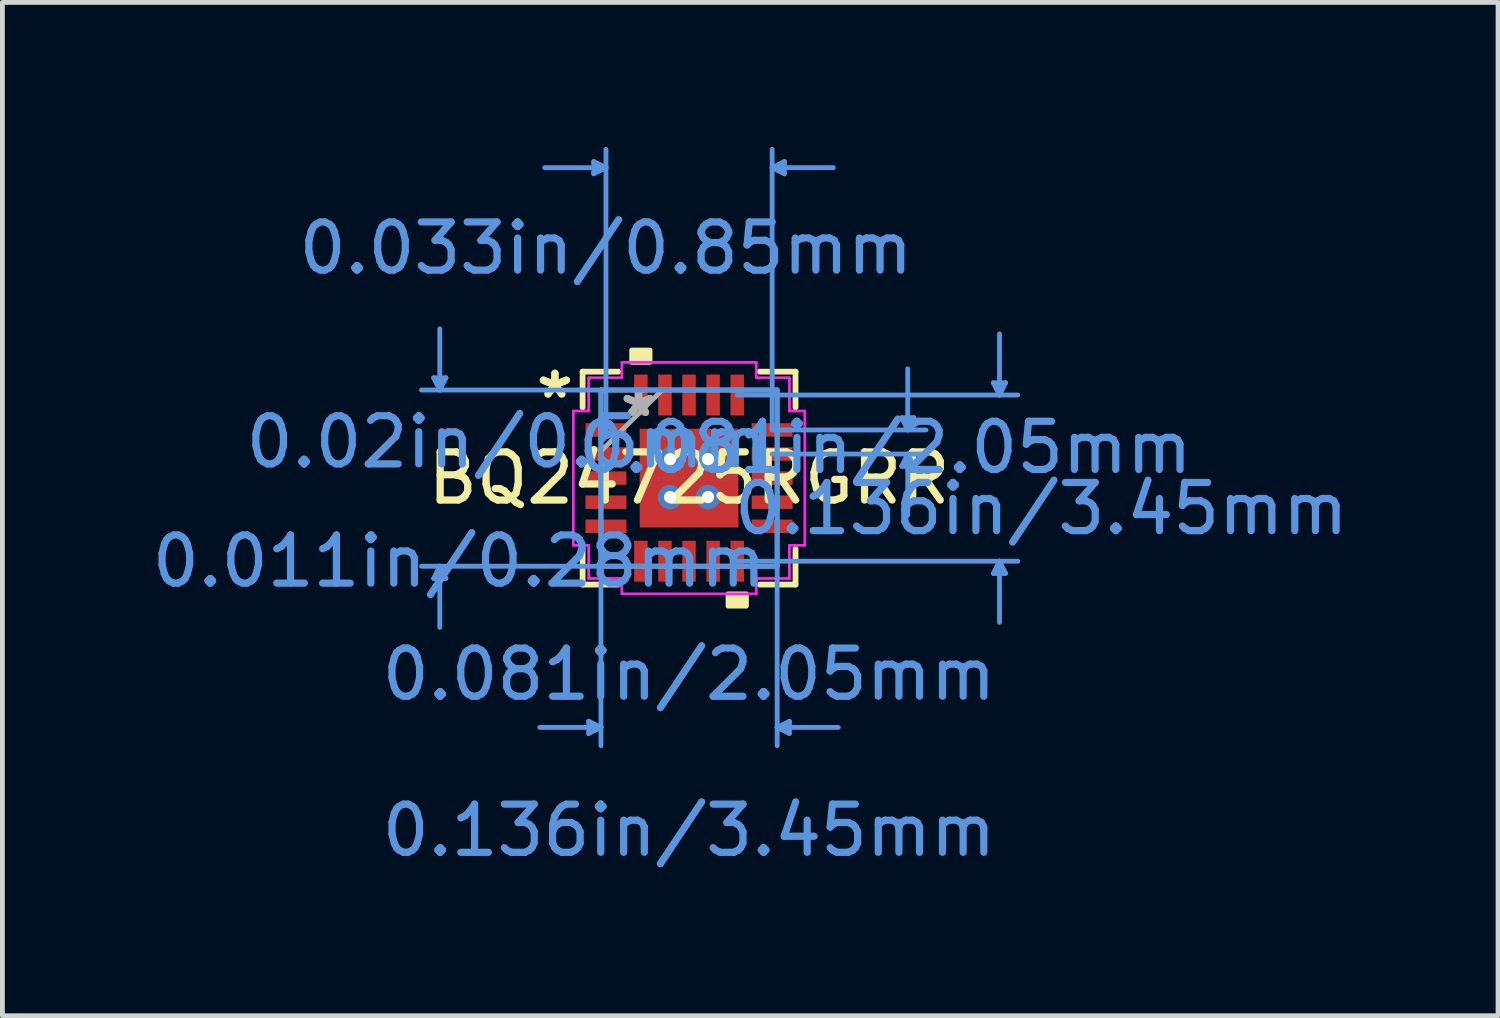
<source format=kicad_pcb>
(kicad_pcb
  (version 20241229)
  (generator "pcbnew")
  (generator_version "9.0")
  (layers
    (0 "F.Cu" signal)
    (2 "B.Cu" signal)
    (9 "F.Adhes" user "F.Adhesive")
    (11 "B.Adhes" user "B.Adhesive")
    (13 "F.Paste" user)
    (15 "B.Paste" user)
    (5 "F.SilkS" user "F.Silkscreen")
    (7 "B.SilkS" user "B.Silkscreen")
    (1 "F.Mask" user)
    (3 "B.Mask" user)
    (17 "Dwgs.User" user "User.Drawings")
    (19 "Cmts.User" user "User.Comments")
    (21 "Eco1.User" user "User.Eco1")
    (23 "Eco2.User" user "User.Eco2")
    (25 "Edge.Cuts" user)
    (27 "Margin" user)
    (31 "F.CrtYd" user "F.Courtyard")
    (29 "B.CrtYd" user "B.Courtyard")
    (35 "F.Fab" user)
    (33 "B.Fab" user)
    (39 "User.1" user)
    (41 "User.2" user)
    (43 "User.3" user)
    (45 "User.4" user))
  (footprint "BQ24725RGRR"
    (layer "F.Cu")
    (at 11.255 6.876)
    (property "Reference" "BQ24725RGRR" (at 0 0 0) (layer "F.SilkS") (effects (font (size 1 1) (thickness 0.15))))
    (attr through_hole)
    (fp_poly (pts (xy -1.089 -1.089) (xy -0.594 -1.089) (xy -0.594 1.089) (xy -1.089 1.089)) (stroke (width 0.1) (type solid)) (fill yes) (layer "F.Mask"))
    (fp_poly (pts (xy -1.089 -1.089) (xy 1.089 -1.089) (xy 1.089 -0.594) (xy -1.089 -0.594)) (stroke (width 0.1) (type solid)) (fill yes) (layer "F.Mask"))
    (fp_poly (pts (xy -1.089 -0.194) (xy 1.089 -0.194) (xy 1.089 0.194) (xy -1.089 0.194)) (stroke (width 0.1) (type solid)) (fill yes) (layer "F.Mask"))
    (fp_poly (pts (xy -1.089 0.594) (xy 1.089 0.594) (xy 1.089 1.089) (xy -1.089 1.089)) (stroke (width 0.1) (type solid)) (fill yes) (layer "F.Mask"))
    (fp_poly (pts (xy 0.194 -1.089) (xy -0.194 -1.089) (xy -0.194 1.089) (xy 0.194 1.089)) (stroke (width 0.1) (type solid)) (fill yes) (layer "F.Mask"))
    (fp_poly (pts (xy 0.594 -1.089) (xy 1.089 -1.089) (xy 1.089 1.089) (xy 0.594 1.089)) (stroke (width 0.1) (type solid)) (fill yes) (layer "F.Mask"))
    (fp_line (start -2.21 -2.21) (end -2.21 -1.467) (stroke (width 0.12) (type solid)) (layer "F.SilkS"))
    (fp_line (start -2.21 1.467) (end -2.21 2.21) (stroke (width 0.12) (type solid)) (layer "F.SilkS"))
    (fp_line (start -2.21 2.21) (end -1.468 2.21) (stroke (width 0.12) (type solid)) (layer "F.SilkS"))
    (fp_line (start -1.468 -2.21) (end -2.21 -2.21) (stroke (width 0.12) (type solid)) (layer "F.SilkS"))
    (fp_line (start 1.468 2.21) (end 2.21 2.21) (stroke (width 0.12) (type solid)) (layer "F.SilkS"))
    (fp_line (start 2.21 -2.21) (end 1.468 -2.21) (stroke (width 0.12) (type solid)) (layer "F.SilkS"))
    (fp_line (start 2.21 -1.467) (end 2.21 -2.21) (stroke (width 0.12) (type solid)) (layer "F.SilkS"))
    (fp_line (start 2.21 2.21) (end 2.21 1.467) (stroke (width 0.12) (type solid)) (layer "F.SilkS"))
    (fp_poly (pts (xy -1.191 -2.404) (xy -1.191 -2.658) (xy -0.81 -2.658) (xy -0.81 -2.404)) (stroke (width 0.1) (type solid)) (fill yes) (layer "F.SilkS"))
    (fp_poly (pts (xy 0.81 2.404) (xy 0.81 2.658) (xy 1.191 2.658) (xy 1.191 2.404)) (stroke (width 0.1) (type solid)) (fill yes) (layer "F.SilkS"))
    (fp_poly (pts (xy -0.95 -0.95) (xy -0.95 -0.494) (xy -0.635 -0.494) (xy -0.494 -0.635) (xy -0.494 -0.95)) (stroke (width 0.1) (type solid)) (fill yes) (layer "F.Paste"))
    (fp_poly (pts (xy -0.95 0.494) (xy -0.95 0.95) (xy -0.494 0.95) (xy -0.494 0.635) (xy -0.635 0.494)) (stroke (width 0.1) (type solid)) (fill yes) (layer "F.Paste"))
    (fp_poly (pts (xy 0.494 -0.95) (xy 0.494 -0.635) (xy 0.635 -0.494) (xy 0.95 -0.494) (xy 0.95 -0.95)) (stroke (width 0.1) (type solid)) (fill yes) (layer "F.Paste"))
    (fp_poly (pts (xy 0.635 0.494) (xy 0.494 0.635) (xy 0.494 0.95) (xy 0.95 0.95) (xy 0.95 0.494)) (stroke (width 0.1) (type solid)) (fill yes) (layer "F.Paste"))
    (fp_poly (pts (xy -0.95 -0.294) (xy -0.95 0.294) (xy -0.635 0.294) (xy -0.494 0.152) (xy -0.494 -0.152) (xy -0.635 -0.294)) (stroke (width 0.1) (type solid)) (fill yes) (layer "F.Paste"))
    (fp_poly (pts (xy -0.294 -0.95) (xy -0.294 -0.635) (xy -0.152 -0.494) (xy 0.152 -0.494) (xy 0.294 -0.635) (xy 0.294 -0.95)) (stroke (width 0.1) (type solid)) (fill yes) (layer "F.Paste"))
    (fp_poly (pts (xy -0.152 0.494) (xy -0.294 0.635) (xy -0.294 0.95) (xy 0.294 0.95) (xy 0.294 0.635) (xy 0.152 0.494)) (stroke (width 0.1) (type solid)) (fill yes) (layer "F.Paste"))
    (fp_poly (pts (xy 0.635 -0.294) (xy 0.494 -0.152) (xy 0.494 0.152) (xy 0.635 0.294) (xy 0.95 0.294) (xy 0.95 -0.294)) (stroke (width 0.1) (type solid)) (fill yes) (layer "F.Paste"))
    (fp_poly (pts (xy -0.152 -0.294) (xy -0.294 -0.152) (xy -0.294 0.152) (xy -0.152 0.294) (xy 0.152 0.294) (xy 0.294 0.152) (xy 0.294 -0.152) (xy 0.152 -0.294)) (stroke (width 0.1) (type solid)) (fill yes) (layer "F.Paste"))
    (fp_line (start -5.302 -2.083) (end -5.048 -2.083) (stroke (width 0.1) (type solid)) (layer "Cmts.User"))
    (fp_line (start -5.302 2.083) (end -5.048 2.083) (stroke (width 0.1) (type solid)) (layer "Cmts.User"))
    (fp_line (start -5.175 -1.829) (end -5.302 -2.083) (stroke (width 0.1) (type solid)) (layer "Cmts.User"))
    (fp_line (start -5.175 -1.829) (end -5.175 -3.099) (stroke (width 0.1) (type solid)) (layer "Cmts.User"))
    (fp_line (start -5.175 -1.829) (end -5.048 -2.083) (stroke (width 0.1) (type solid)) (layer "Cmts.User"))
    (fp_line (start -5.175 1.829) (end -5.302 2.083) (stroke (width 0.1) (type solid)) (layer "Cmts.User"))
    (fp_line (start -5.175 1.829) (end -5.175 3.099) (stroke (width 0.1) (type solid)) (layer "Cmts.User"))
    (fp_line (start -5.175 1.829) (end -5.048 2.083) (stroke (width 0.1) (type solid)) (layer "Cmts.User"))
    (fp_line (start -2.083 5.048) (end -2.083 5.302) (stroke (width 0.1) (type solid)) (layer "Cmts.User"))
    (fp_line (start -1.979 -6.572) (end -1.979 -6.318) (stroke (width 0.1) (type solid)) (layer "Cmts.User"))
    (fp_line (start -1.829 -1.829) (end -1.829 5.556) (stroke (width 0.1) (type solid)) (layer "Cmts.User"))
    (fp_line (start -1.829 5.175) (end -3.099 5.175) (stroke (width 0.1) (type solid)) (layer "Cmts.User"))
    (fp_line (start -1.829 5.175) (end -2.083 5.048) (stroke (width 0.1) (type solid)) (layer "Cmts.User"))
    (fp_line (start -1.829 5.175) (end -2.083 5.302) (stroke (width 0.1) (type solid)) (layer "Cmts.User"))
    (fp_line (start -1.725 -6.445) (end -2.995 -6.445) (stroke (width 0.1) (type solid)) (layer "Cmts.User"))
    (fp_line (start -1.725 -6.445) (end -1.979 -6.572) (stroke (width 0.1) (type solid)) (layer "Cmts.User"))
    (fp_line (start -1.725 -6.445) (end -1.979 -6.318) (stroke (width 0.1) (type solid)) (layer "Cmts.User"))
    (fp_line (start -1.725 -1) (end -1.725 -6.826) (stroke (width 0.1) (type solid)) (layer "Cmts.User"))
    (fp_line (start 1 -1.725) (end 6.826 -1.725) (stroke (width 0.1) (type solid)) (layer "Cmts.User"))
    (fp_line (start 1 1.725) (end 6.826 1.725) (stroke (width 0.1) (type solid)) (layer "Cmts.User"))
    (fp_line (start 1.725 -6.445) (end 1.979 -6.572) (stroke (width 0.1) (type solid)) (layer "Cmts.User"))
    (fp_line (start 1.725 -6.445) (end 1.979 -6.318) (stroke (width 0.1) (type solid)) (layer "Cmts.User"))
    (fp_line (start 1.725 -6.445) (end 2.995 -6.445) (stroke (width 0.1) (type solid)) (layer "Cmts.User"))
    (fp_line (start 1.725 -1) (end 1.725 -6.826) (stroke (width 0.1) (type solid)) (layer "Cmts.User"))
    (fp_line (start 1.725 -1) (end 4.921 -1) (stroke (width 0.1) (type solid)) (layer "Cmts.User"))
    (fp_line (start 1.725 -0.5) (end 4.921 -0.5) (stroke (width 0.1) (type solid)) (layer "Cmts.User"))
    (fp_line (start 1.829 -1.829) (end -5.556 -1.829) (stroke (width 0.1) (type solid)) (layer "Cmts.User"))
    (fp_line (start 1.829 -1.829) (end 1.829 5.556) (stroke (width 0.1) (type solid)) (layer "Cmts.User"))
    (fp_line (start 1.829 1.829) (end -5.556 1.829) (stroke (width 0.1) (type solid)) (layer "Cmts.User"))
    (fp_line (start 1.829 5.175) (end 2.083 5.048) (stroke (width 0.1) (type solid)) (layer "Cmts.User"))
    (fp_line (start 1.829 5.175) (end 2.083 5.302) (stroke (width 0.1) (type solid)) (layer "Cmts.User"))
    (fp_line (start 1.829 5.175) (end 3.099 5.175) (stroke (width 0.1) (type solid)) (layer "Cmts.User"))
    (fp_line (start 1.979 -6.572) (end 1.979 -6.318) (stroke (width 0.1) (type solid)) (layer "Cmts.User"))
    (fp_line (start 2.083 5.048) (end 2.083 5.302) (stroke (width 0.1) (type solid)) (layer "Cmts.User"))
    (fp_line (start 4.413 -1.254) (end 4.667 -1.254) (stroke (width 0.1) (type solid)) (layer "Cmts.User"))
    (fp_line (start 4.413 -0.246) (end 4.667 -0.246) (stroke (width 0.1) (type solid)) (layer "Cmts.User"))
    (fp_line (start 4.54 -1) (end 4.413 -1.254) (stroke (width 0.1) (type solid)) (layer "Cmts.User"))
    (fp_line (start 4.54 -1) (end 4.54 -2.27) (stroke (width 0.1) (type solid)) (layer "Cmts.User"))
    (fp_line (start 4.54 -1) (end 4.667 -1.254) (stroke (width 0.1) (type solid)) (layer "Cmts.User"))
    (fp_line (start 4.54 -0.5) (end 4.413 -0.246) (stroke (width 0.1) (type solid)) (layer "Cmts.User"))
    (fp_line (start 4.54 -0.5) (end 4.54 0.77) (stroke (width 0.1) (type solid)) (layer "Cmts.User"))
    (fp_line (start 4.54 -0.5) (end 4.667 -0.246) (stroke (width 0.1) (type solid)) (layer "Cmts.User"))
    (fp_line (start 6.318 -1.979) (end 6.572 -1.979) (stroke (width 0.1) (type solid)) (layer "Cmts.User"))
    (fp_line (start 6.318 1.979) (end 6.572 1.979) (stroke (width 0.1) (type solid)) (layer "Cmts.User"))
    (fp_line (start 6.445 -1.725) (end 6.318 -1.979) (stroke (width 0.1) (type solid)) (layer "Cmts.User"))
    (fp_line (start 6.445 -1.725) (end 6.445 -2.995) (stroke (width 0.1) (type solid)) (layer "Cmts.User"))
    (fp_line (start 6.445 -1.725) (end 6.572 -1.979) (stroke (width 0.1) (type solid)) (layer "Cmts.User"))
    (fp_line (start 6.445 1.725) (end 6.318 1.979) (stroke (width 0.1) (type solid)) (layer "Cmts.User"))
    (fp_line (start 6.445 1.725) (end 6.445 2.995) (stroke (width 0.1) (type solid)) (layer "Cmts.User"))
    (fp_line (start 6.445 1.725) (end 6.572 1.979) (stroke (width 0.1) (type solid)) (layer "Cmts.User"))
    (fp_line (start -2.404 -1.394) (end -2.083 -1.394) (stroke (width 0.05) (type solid)) (layer "F.CrtYd"))
    (fp_line (start -2.404 -1.394) (end -2.083 -1.394) (stroke (width 0.05) (type solid)) (layer "F.CrtYd"))
    (fp_line (start -2.404 1.394) (end -2.404 -1.394) (stroke (width 0.05) (type solid)) (layer "F.CrtYd"))
    (fp_line (start -2.404 1.394) (end -2.404 -1.394) (stroke (width 0.05) (type solid)) (layer "F.CrtYd"))
    (fp_line (start -2.083 -2.083) (end -1.394 -2.083) (stroke (width 0.05) (type solid)) (layer "F.CrtYd"))
    (fp_line (start -2.083 -2.083) (end -1.394 -2.083) (stroke (width 0.05) (type solid)) (layer "F.CrtYd"))
    (fp_line (start -2.083 -1.394) (end -2.083 -2.083) (stroke (width 0.05) (type solid)) (layer "F.CrtYd"))
    (fp_line (start -2.083 -1.394) (end -2.083 -2.083) (stroke (width 0.05) (type solid)) (layer "F.CrtYd"))
    (fp_line (start -2.083 1.394) (end -2.404 1.394) (stroke (width 0.05) (type solid)) (layer "F.CrtYd"))
    (fp_line (start -2.083 1.394) (end -2.404 1.394) (stroke (width 0.05) (type solid)) (layer "F.CrtYd"))
    (fp_line (start -2.083 2.083) (end -2.083 1.394) (stroke (width 0.05) (type solid)) (layer "F.CrtYd"))
    (fp_line (start -2.083 2.083) (end -2.083 1.394) (stroke (width 0.05) (type solid)) (layer "F.CrtYd"))
    (fp_line (start -1.394 -2.404) (end 1.394 -2.404) (stroke (width 0.05) (type solid)) (layer "F.CrtYd"))
    (fp_line (start -1.394 -2.404) (end 1.394 -2.404) (stroke (width 0.05) (type solid)) (layer "F.CrtYd"))
    (fp_line (start -1.394 -2.083) (end -1.394 -2.404) (stroke (width 0.05) (type solid)) (layer "F.CrtYd"))
    (fp_line (start -1.394 -2.083) (end -1.394 -2.404) (stroke (width 0.05) (type solid)) (layer "F.CrtYd"))
    (fp_line (start -1.394 2.083) (end -2.083 2.083) (stroke (width 0.05) (type solid)) (layer "F.CrtYd"))
    (fp_line (start -1.394 2.083) (end -2.083 2.083) (stroke (width 0.05) (type solid)) (layer "F.CrtYd"))
    (fp_line (start -1.394 2.404) (end -1.394 2.083) (stroke (width 0.05) (type solid)) (layer "F.CrtYd"))
    (fp_line (start -1.394 2.404) (end -1.394 2.083) (stroke (width 0.05) (type solid)) (layer "F.CrtYd"))
    (fp_line (start 1.394 -2.404) (end 1.394 -2.083) (stroke (width 0.05) (type solid)) (layer "F.CrtYd"))
    (fp_line (start 1.394 -2.404) (end 1.394 -2.083) (stroke (width 0.05) (type solid)) (layer "F.CrtYd"))
    (fp_line (start 1.394 -2.083) (end 2.083 -2.083) (stroke (width 0.05) (type solid)) (layer "F.CrtYd"))
    (fp_line (start 1.394 -2.083) (end 2.083 -2.083) (stroke (width 0.05) (type solid)) (layer "F.CrtYd"))
    (fp_line (start 1.394 2.083) (end 1.394 2.404) (stroke (width 0.05) (type solid)) (layer "F.CrtYd"))
    (fp_line (start 1.394 2.083) (end 1.394 2.404) (stroke (width 0.05) (type solid)) (layer "F.CrtYd"))
    (fp_line (start 1.394 2.404) (end -1.394 2.404) (stroke (width 0.05) (type solid)) (layer "F.CrtYd"))
    (fp_line (start 1.394 2.404) (end -1.394 2.404) (stroke (width 0.05) (type solid)) (layer "F.CrtYd"))
    (fp_line (start 2.083 -2.083) (end 2.083 -1.394) (stroke (width 0.05) (type solid)) (layer "F.CrtYd"))
    (fp_line (start 2.083 -2.083) (end 2.083 -1.394) (stroke (width 0.05) (type solid)) (layer "F.CrtYd"))
    (fp_line (start 2.083 -1.394) (end 2.404 -1.394) (stroke (width 0.05) (type solid)) (layer "F.CrtYd"))
    (fp_line (start 2.083 -1.394) (end 2.404 -1.394) (stroke (width 0.05) (type solid)) (layer "F.CrtYd"))
    (fp_line (start 2.083 1.394) (end 2.083 2.083) (stroke (width 0.05) (type solid)) (layer "F.CrtYd"))
    (fp_line (start 2.083 1.394) (end 2.083 2.083) (stroke (width 0.05) (type solid)) (layer "F.CrtYd"))
    (fp_line (start 2.083 2.083) (end 1.394 2.083) (stroke (width 0.05) (type solid)) (layer "F.CrtYd"))
    (fp_line (start 2.083 2.083) (end 1.394 2.083) (stroke (width 0.05) (type solid)) (layer "F.CrtYd"))
    (fp_line (start 2.404 -1.394) (end 2.404 1.394) (stroke (width 0.05) (type solid)) (layer "F.CrtYd"))
    (fp_line (start 2.404 -1.394) (end 2.404 1.394) (stroke (width 0.05) (type solid)) (layer "F.CrtYd"))
    (fp_line (start 2.404 1.394) (end 2.083 1.394) (stroke (width 0.05) (type solid)) (layer "F.CrtYd"))
    (fp_line (start 2.404 1.394) (end 2.083 1.394) (stroke (width 0.05) (type solid)) (layer "F.CrtYd"))
    (fp_line (start -1.829 -1.829) (end -1.829 1.829) (stroke (width 0.1) (type solid)) (layer "F.Fab"))
    (fp_line (start -1.829 -0.559) (end -0.559 -1.829) (stroke (width 0.1) (type solid)) (layer "F.Fab"))
    (fp_line (start -1.829 1.829) (end 1.829 1.829) (stroke (width 0.1) (type solid)) (layer "F.Fab"))
    (fp_line (start 1.829 -1.829) (end -1.829 -1.829) (stroke (width 0.1) (type solid)) (layer "F.Fab"))
    (fp_line (start 1.829 1.829) (end 1.829 -1.829) (stroke (width 0.1) (type solid)) (layer "F.Fab"))
    (fp_text user "*" (at -2.785 -1.631 0) (layer "F.SilkS") (effects (font (size 1 1) (thickness 0.15))))
    (fp_text user "*" (at -2.785 -1.631 0) (layer "F.SilkS") (effects (font (size 1 1) (thickness 0.15))))
    (fp_text user "0.011in/0.28mm" (at -4.773 1.725 0) (layer "Cmts.User") (effects (font (size 1 1) (thickness 0.15))))
    (fp_text user "0.136in/3.45mm" (at 7.313 0.635 0) (layer "Cmts.User") (effects (font (size 1 1) (thickness 0.15))))
    (fp_text user "0.02in/0.5mm" (at -3.778 -0.75 0) (layer "Cmts.User") (effects (font (size 1 1) (thickness 0.15))))
    (fp_text user "0.033in/0.85mm" (at -1.725 -4.773 0) (layer "Cmts.User") (effects (font (size 1 1) (thickness 0.15))))
    (fp_text user "0.081in/2.05mm" (at 0 4.073 0) (layer "Cmts.User") (effects (font (size 1 1) (thickness 0.15))))
    (fp_text user "0.081in/2.05mm" (at 4.073 -0.635 0) (layer "Cmts.User") (effects (font (size 1 1) (thickness 0.15))))
    (fp_text user "0.136in/3.45mm" (at 0 7.313 0) (layer "Cmts.User") (effects (font (size 1 1) (thickness 0.15))))
    (fp_text user "Copyright 2021 Accelerated Designs. All rights reserved." (at 0 0 0) (layer "Cmts.User") (effects (font (size 0.127 0.127) (thickness 0.002))))
    (fp_text user "*" (at -1.046 -1.25 0) (layer "F.Fab") (effects (font (size 1 1) (thickness 0.15))))
    (fp_text user "*" (at -1.046 -1.25 0) (layer "F.Fab") (effects (font (size 1 1) (thickness 0.15))))
    (pad "1" smd rect (at -1.725 -1 90) (size 0.28 0.85) (layers "F.Cu" "F.Mask" "F.Paste"))
    (pad "2" smd rect (at -1.725 -0.5 90) (size 0.28 0.85) (layers "F.Cu" "F.Mask" "F.Paste"))
    (pad "3" smd rect (at -1.725 0 90) (size 0.28 0.85) (layers "F.Cu" "F.Mask" "F.Paste"))
    (pad "4" smd rect (at -1.725 0.5 90) (size 0.28 0.85) (layers "F.Cu" "F.Mask" "F.Paste"))
    (pad "5" smd rect (at -1.725 1 90) (size 0.28 0.85) (layers "F.Cu" "F.Mask" "F.Paste"))
    (pad "6" smd rect (at -1 1.725) (size 0.28 0.85) (layers "F.Cu" "F.Mask" "F.Paste"))
    (pad "7" smd rect (at -0.5 1.725) (size 0.28 0.85) (layers "F.Cu" "F.Mask" "F.Paste"))
    (pad "8" smd rect (at 0 1.725) (size 0.28 0.85) (layers "F.Cu" "F.Mask" "F.Paste"))
    (pad "9" smd rect (at 0.5 1.725) (size 0.28 0.85) (layers "F.Cu" "F.Mask" "F.Paste"))
    (pad "10" smd rect (at 1 1.725) (size 0.28 0.85) (layers "F.Cu" "F.Mask" "F.Paste"))
    (pad "11" smd rect (at 1.725 1 90) (size 0.28 0.85) (layers "F.Cu" "F.Mask" "F.Paste"))
    (pad "12" smd rect (at 1.725 0.5 90) (size 0.28 0.85) (layers "F.Cu" "F.Mask" "F.Paste"))
    (pad "13" smd rect (at 1.725 0 90) (size 0.28 0.85) (layers "F.Cu" "F.Mask" "F.Paste"))
    (pad "14" smd rect (at 1.725 -0.5 90) (size 0.28 0.85) (layers "F.Cu" "F.Mask" "F.Paste"))
    (pad "15" smd rect (at 1.725 -1 90) (size 0.28 0.85) (layers "F.Cu" "F.Mask" "F.Paste"))
    (pad "16" smd rect (at 1 -1.725) (size 0.28 0.85) (layers "F.Cu" "F.Mask" "F.Paste"))
    (pad "17" smd rect (at 0.5 -1.725) (size 0.28 0.85) (layers "F.Cu" "F.Mask" "F.Paste"))
    (pad "18" smd rect (at 0 -1.725) (size 0.28 0.85) (layers "F.Cu" "F.Mask" "F.Paste"))
    (pad "19" smd rect (at -0.5 -1.725) (size 0.28 0.85) (layers "F.Cu" "F.Mask" "F.Paste"))
    (pad "20" smd rect (at -1 -1.725) (size 0.28 0.85) (layers "F.Cu" "F.Mask" "F.Paste"))
    (pad "21" smd rect (at 0 0) (size 2.05 2.05) (layers "F.Cu"))
    (pad "V" thru_hole circle (at -0.394 -0.394) (size 0.508 0.508) (drill 0.254) (layers "*.Cu" "*.Mask"))
    (pad "V" thru_hole circle (at -0.394 0.394) (size 0.508 0.508) (drill 0.254) (layers "*.Cu" "*.Mask"))
    (pad "V" thru_hole circle (at 0.394 -0.394) (size 0.508 0.508) (drill 0.254) (layers "*.Cu" "*.Mask"))
    (pad "V" thru_hole circle (at 0.394 0.394) (size 0.508 0.508) (drill 0.254) (layers "*.Cu" "*.Mask")))
  (gr_rect
    (start -3 -3)
    (end 28.05 18.037)
    (stroke (width 0.1) (type default))
    (fill no)
    (layer "Edge.Cuts")))
</source>
